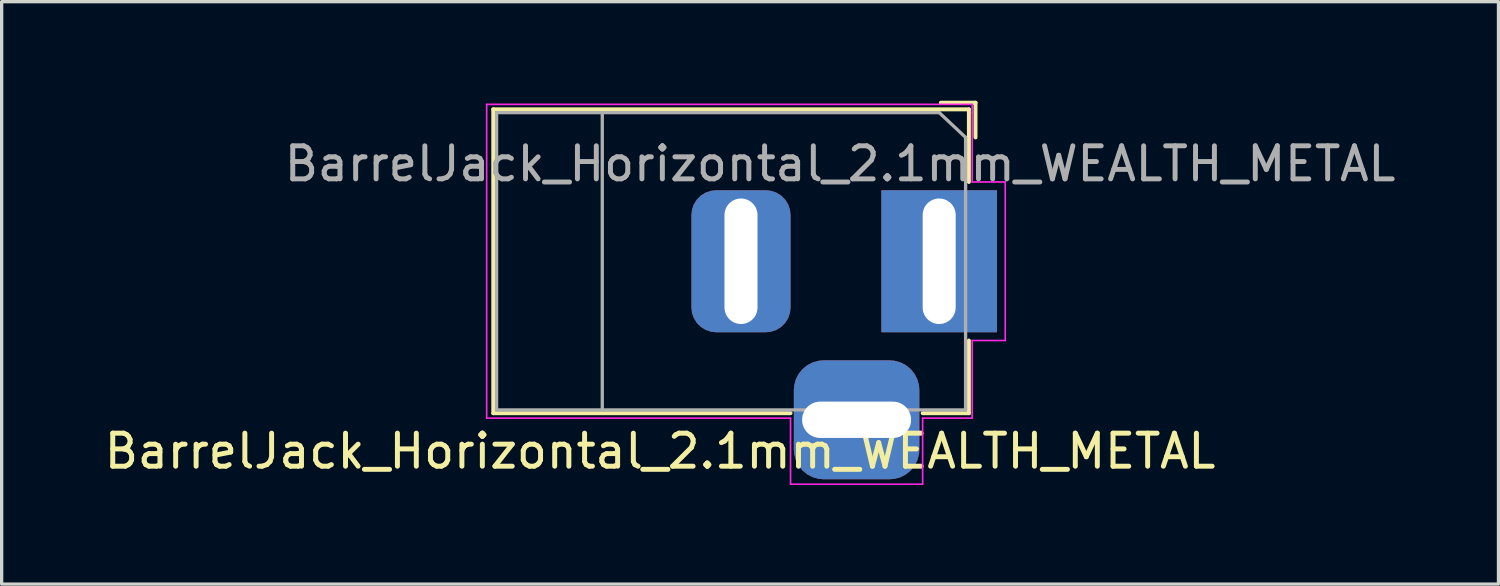
<source format=kicad_pcb>
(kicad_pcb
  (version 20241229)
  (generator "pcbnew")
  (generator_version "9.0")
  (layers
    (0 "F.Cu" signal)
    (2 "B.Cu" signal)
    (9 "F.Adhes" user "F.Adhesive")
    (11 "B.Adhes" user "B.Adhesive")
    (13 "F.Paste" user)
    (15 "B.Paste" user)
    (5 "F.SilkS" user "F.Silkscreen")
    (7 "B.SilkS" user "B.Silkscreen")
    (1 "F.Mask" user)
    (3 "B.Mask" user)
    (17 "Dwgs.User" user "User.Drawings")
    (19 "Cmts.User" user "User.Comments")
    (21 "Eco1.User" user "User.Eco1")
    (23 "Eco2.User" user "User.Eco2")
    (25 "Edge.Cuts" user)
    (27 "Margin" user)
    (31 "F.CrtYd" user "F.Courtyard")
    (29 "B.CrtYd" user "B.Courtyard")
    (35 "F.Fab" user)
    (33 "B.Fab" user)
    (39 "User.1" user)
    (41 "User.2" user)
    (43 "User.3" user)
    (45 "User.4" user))
  (footprint "BarrelJack_Horizontal_2.1mm_WEALTH_METAL"
    (layer "F.Cu")
    (at 25.385 4.86)
    (property "Reference" "BarrelJack_Horizontal_2.1mm_WEALTH_METAL" (at -8.45 5.75 0) (layer "F.SilkS") (effects (font (size 1 1) (thickness 0.15))))
    (attr through_hole)
    (fp_line (start -13.5 -4.6) (end 0.9 -4.6) (stroke (width 0.12) (type solid)) (layer "F.SilkS"))
    (fp_line (start -13.5 4.6) (end -13.5 -4.6) (stroke (width 0.12) (type solid)) (layer "F.SilkS"))
    (fp_line (start -4.5 4.6) (end -13.5 4.6) (stroke (width 0.12) (type solid)) (layer "F.SilkS"))
    (fp_line (start 0.05 -4.8) (end 1.1 -4.8) (stroke (width 0.12) (type solid)) (layer "F.SilkS"))
    (fp_line (start 0.9 -4.6) (end 0.9 -2.4) (stroke (width 0.12) (type solid)) (layer "F.SilkS"))
    (fp_line (start 0.9 2.4) (end 0.9 4.6) (stroke (width 0.12) (type solid)) (layer "F.SilkS"))
    (fp_line (start 0.9 4.6) (end -0.5 4.6) (stroke (width 0.12) (type solid)) (layer "F.SilkS"))
    (fp_line (start 1.1 -3.75) (end 1.1 -4.8) (stroke (width 0.12) (type solid)) (layer "F.SilkS"))
    (fp_line (start -13.7 4.75) (end -13.7 -4.75) (stroke (width 0.05) (type solid)) (layer "F.CrtYd"))
    (fp_line (start -4.5 4.75) (end -13.7 4.75) (stroke (width 0.05) (type solid)) (layer "F.CrtYd"))
    (fp_line (start -4.5 6.75) (end -4.5 4.75) (stroke (width 0.05) (type solid)) (layer "F.CrtYd"))
    (fp_line (start -0.5 4.75) (end -0.5 6.75) (stroke (width 0.05) (type solid)) (layer "F.CrtYd"))
    (fp_line (start -0.5 6.75) (end -4.5 6.75) (stroke (width 0.05) (type solid)) (layer "F.CrtYd"))
    (fp_line (start 1 -4.75) (end -13.7 -4.75) (stroke (width 0.05) (type solid)) (layer "F.CrtYd"))
    (fp_line (start 1 -4.5) (end 1 -4.75) (stroke (width 0.05) (type solid)) (layer "F.CrtYd"))
    (fp_line (start 1 -4.5) (end 1 -2.4) (stroke (width 0.05) (type solid)) (layer "F.CrtYd"))
    (fp_line (start 1 -2.4) (end 2 -2.4) (stroke (width 0.05) (type solid)) (layer "F.CrtYd"))
    (fp_line (start 1 2.4) (end 1 4.75) (stroke (width 0.05) (type solid)) (layer "F.CrtYd"))
    (fp_line (start 1 4.75) (end -0.5 4.75) (stroke (width 0.05) (type solid)) (layer "F.CrtYd"))
    (fp_line (start 2 -2.4) (end 2 2.4) (stroke (width 0.05) (type solid)) (layer "F.CrtYd"))
    (fp_line (start 2 2.4) (end 1 2.4) (stroke (width 0.05) (type solid)) (layer "F.CrtYd"))
    (fp_line (start -13.4 -4.5) (end -13.4 4.5) (stroke (width 0.1) (type solid)) (layer "F.Fab"))
    (fp_line (start -13.4 4.5) (end 0.8 4.5) (stroke (width 0.1) (type solid)) (layer "F.Fab"))
    (fp_line (start -10.2 -4.5) (end -10.2 4.5) (stroke (width 0.1) (type solid)) (layer "F.Fab"))
    (fp_line (start -0.003 -4.505) (end 0.8 -3.75) (stroke (width 0.1) (type solid)) (layer "F.Fab"))
    (fp_line (start 0 -4.5) (end -13.4 -4.5) (stroke (width 0.1) (type solid)) (layer "F.Fab"))
    (fp_line (start 0.8 4.5) (end 0.8 -3.75) (stroke (width 0.1) (type solid)) (layer "F.Fab"))
    (fp_text user "${REFERENCE}" (at -3 -2.95 0) (layer "F.Fab") (effects (font (size 1 1) (thickness 0.15))))
    (pad "1" thru_hole rect (at 0 0) (size 3.5 4.3) (drill oval 1 3.8) (layers "*.Cu" "*.Mask"))
    (pad "2" thru_hole roundrect (at -6 0) (size 3 4.3) (drill oval 1 3.8) (layers "*.Cu" "*.Mask") (roundrect_rratio 0.25))
    (pad "3" thru_hole roundrect (at -2.5 4.8) (size 3.8 3.6) (drill oval 3.3 1.1) (layers "*.Cu" "*.Mask") (roundrect_rratio 0.25)))
  (gr_rect
    (start -3 -3)
    (end 42.319 14.635)
    (stroke (width 0.1) (type default))
    (fill no)
    (layer "Edge.Cuts")))
</source>
